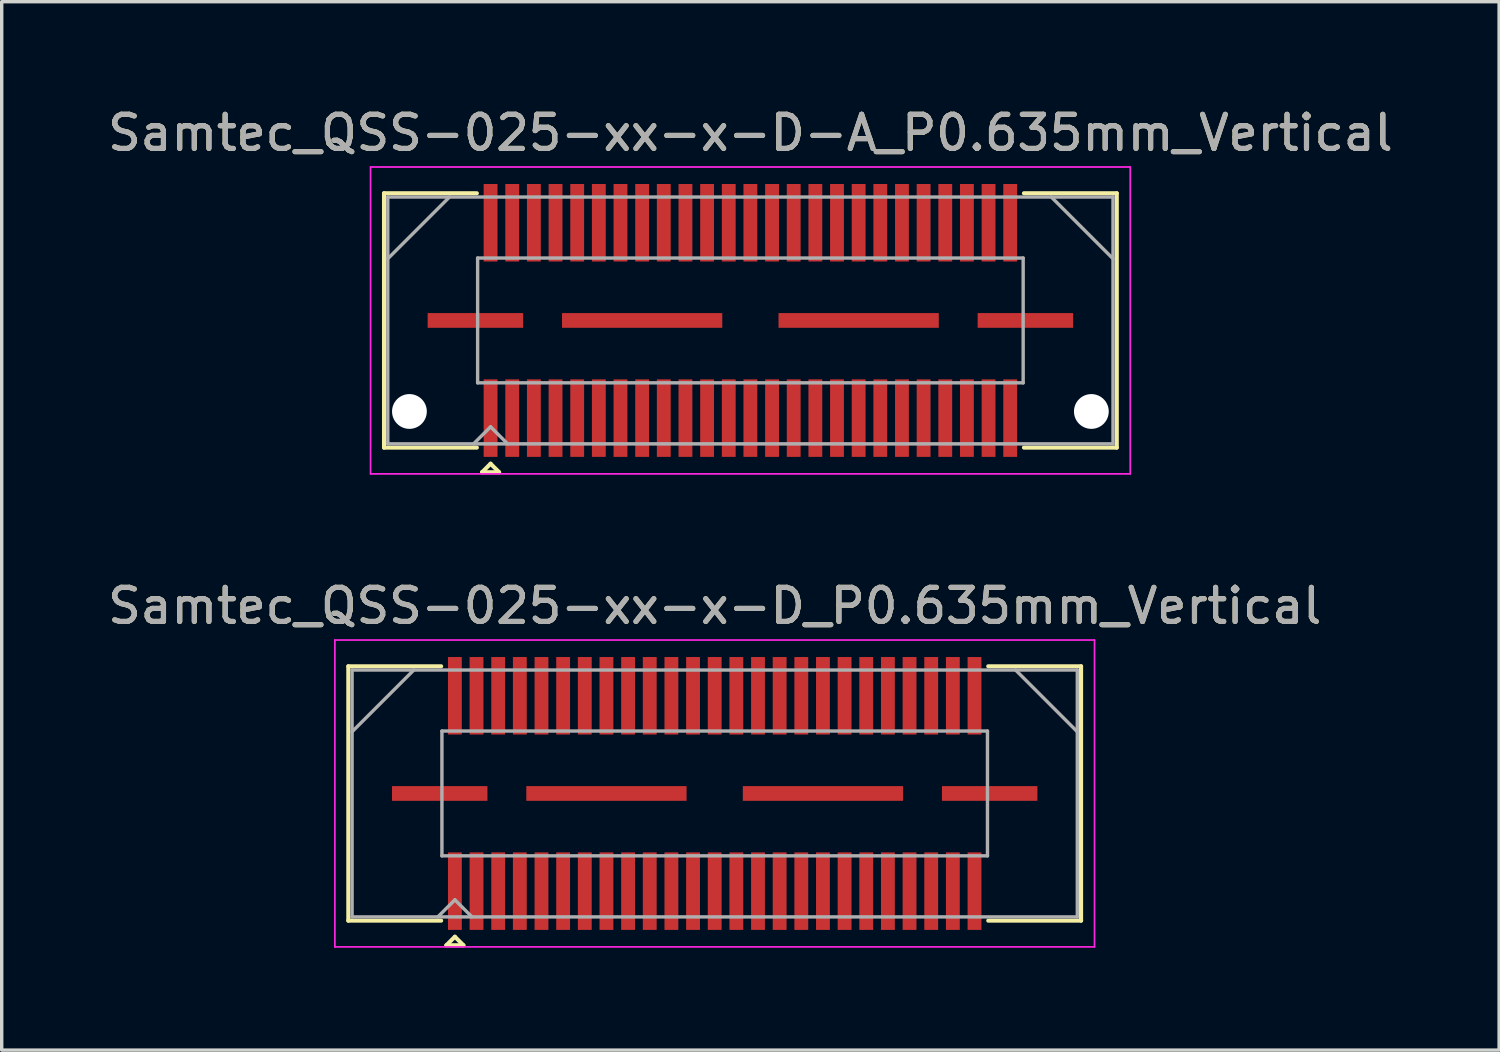
<source format=kicad_pcb>
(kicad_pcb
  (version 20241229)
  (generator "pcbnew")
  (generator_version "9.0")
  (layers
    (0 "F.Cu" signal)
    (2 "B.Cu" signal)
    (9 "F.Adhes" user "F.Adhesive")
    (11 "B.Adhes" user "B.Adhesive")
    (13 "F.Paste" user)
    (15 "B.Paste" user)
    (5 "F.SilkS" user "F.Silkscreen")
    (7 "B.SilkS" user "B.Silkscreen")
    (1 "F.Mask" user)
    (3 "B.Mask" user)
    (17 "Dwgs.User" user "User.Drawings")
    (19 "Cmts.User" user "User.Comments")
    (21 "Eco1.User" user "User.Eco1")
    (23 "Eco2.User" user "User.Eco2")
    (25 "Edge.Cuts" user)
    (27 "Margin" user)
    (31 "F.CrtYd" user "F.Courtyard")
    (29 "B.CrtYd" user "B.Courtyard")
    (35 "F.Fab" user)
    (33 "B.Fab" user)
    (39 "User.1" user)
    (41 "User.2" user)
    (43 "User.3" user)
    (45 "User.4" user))
  (footprint "Samtec_QSS-025-xx-x-D_P0.635mm_Vertical"
    (layer "F.Cu")
    (at 17.911 20.221)
    (property "Reference" "Samtec_QSS-025-xx-x-D_P0.635mm_Vertical" (at 0 -5.5 0) (layer "F.SilkS") (effects (font (size 1 1) (thickness 0.15))))
    (attr smd)
    (fp_line (start -10.745 -3.73) (end -8.023 -3.73) (stroke (width 0.12) (type solid)) (layer "F.SilkS"))
    (fp_line (start -10.745 3.73) (end -10.745 -3.73) (stroke (width 0.12) (type solid)) (layer "F.SilkS"))
    (fp_line (start -8.023 3.73) (end -10.745 3.73) (stroke (width 0.12) (type solid)) (layer "F.SilkS"))
    (fp_line (start -7.87 4.452) (end -7.62 4.202) (stroke (width 0.12) (type solid)) (layer "F.SilkS"))
    (fp_line (start -7.62 4.202) (end -7.37 4.452) (stroke (width 0.12) (type solid)) (layer "F.SilkS"))
    (fp_line (start -7.37 4.452) (end -7.87 4.452) (stroke (width 0.12) (type solid)) (layer "F.SilkS"))
    (fp_line (start 8.023 3.73) (end 10.745 3.73) (stroke (width 0.12) (type solid)) (layer "F.SilkS"))
    (fp_line (start 10.745 -3.73) (end 8.023 -3.73) (stroke (width 0.12) (type solid)) (layer "F.SilkS"))
    (fp_line (start 10.745 3.73) (end 10.745 -3.73) (stroke (width 0.12) (type solid)) (layer "F.SilkS"))
    (fp_line (start -11.14 -4.5) (end -11.14 4.5) (stroke (width 0.05) (type solid)) (layer "F.CrtYd"))
    (fp_line (start -11.14 4.5) (end 11.14 4.5) (stroke (width 0.05) (type solid)) (layer "F.CrtYd"))
    (fp_line (start 11.14 -4.5) (end -11.14 -4.5) (stroke (width 0.05) (type solid)) (layer "F.CrtYd"))
    (fp_line (start 11.14 4.5) (end 11.14 -4.5) (stroke (width 0.05) (type solid)) (layer "F.CrtYd"))
    (fp_line (start -10.635 -3.62) (end -10.635 3.62) (stroke (width 0.1) (type solid)) (layer "F.Fab"))
    (fp_line (start -10.635 -1.81) (end -8.825 -3.62) (stroke (width 0.1) (type solid)) (layer "F.Fab"))
    (fp_line (start -10.635 3.62) (end 10.635 3.62) (stroke (width 0.1) (type solid)) (layer "F.Fab"))
    (fp_line (start -8.12 3.62) (end -7.62 3.12) (stroke (width 0.1) (type solid)) (layer "F.Fab"))
    (fp_line (start -8 -1.83) (end -8 1.83) (stroke (width 0.1) (type solid)) (layer "F.Fab"))
    (fp_line (start -8 1.83) (end 8 1.83) (stroke (width 0.1) (type solid)) (layer "F.Fab"))
    (fp_line (start -7.62 3.12) (end -7.12 3.62) (stroke (width 0.1) (type solid)) (layer "F.Fab"))
    (fp_line (start 8 -1.83) (end -8 -1.83) (stroke (width 0.1) (type solid)) (layer "F.Fab"))
    (fp_line (start 8 1.83) (end 8 -1.83) (stroke (width 0.1) (type solid)) (layer "F.Fab"))
    (fp_line (start 10.635 -3.62) (end -10.635 -3.62) (stroke (width 0.1) (type solid)) (layer "F.Fab"))
    (fp_line (start 10.635 -1.81) (end 8.825 -3.62) (stroke (width 0.1) (type solid)) (layer "F.Fab"))
    (fp_line (start 10.635 3.62) (end 10.635 -3.62) (stroke (width 0.1) (type solid)) (layer "F.Fab"))
    (fp_text user "${REFERENCE}" (at 0 -5.5 0) (layer "F.Fab") (effects (font (size 1 1) (thickness 0.15))))
    (pad "1" smd rect (at -7.62 2.865) (size 0.406 2.273) (layers "F.Cu" "F.Mask" "F.Paste"))
    (pad "2" smd rect (at -7.62 -2.865) (size 0.406 2.273) (layers "F.Cu" "F.Mask" "F.Paste"))
    (pad "3" smd rect (at -6.985 2.865) (size 0.406 2.273) (layers "F.Cu" "F.Mask" "F.Paste"))
    (pad "4" smd rect (at -6.985 -2.865) (size 0.406 2.273) (layers "F.Cu" "F.Mask" "F.Paste"))
    (pad "5" smd rect (at -6.35 2.865) (size 0.406 2.273) (layers "F.Cu" "F.Mask" "F.Paste"))
    (pad "6" smd rect (at -6.35 -2.865) (size 0.406 2.273) (layers "F.Cu" "F.Mask" "F.Paste"))
    (pad "7" smd rect (at -5.715 2.865) (size 0.406 2.273) (layers "F.Cu" "F.Mask" "F.Paste"))
    (pad "8" smd rect (at -5.715 -2.865) (size 0.406 2.273) (layers "F.Cu" "F.Mask" "F.Paste"))
    (pad "9" smd rect (at -5.08 2.865) (size 0.406 2.273) (layers "F.Cu" "F.Mask" "F.Paste"))
    (pad "10" smd rect (at -5.08 -2.865) (size 0.406 2.273) (layers "F.Cu" "F.Mask" "F.Paste"))
    (pad "11" smd rect (at -4.445 2.865) (size 0.406 2.273) (layers "F.Cu" "F.Mask" "F.Paste"))
    (pad "12" smd rect (at -4.445 -2.865) (size 0.406 2.273) (layers "F.Cu" "F.Mask" "F.Paste"))
    (pad "13" smd rect (at -3.81 2.865) (size 0.406 2.273) (layers "F.Cu" "F.Mask" "F.Paste"))
    (pad "14" smd rect (at -3.81 -2.865) (size 0.406 2.273) (layers "F.Cu" "F.Mask" "F.Paste"))
    (pad "15" smd rect (at -3.175 2.865) (size 0.406 2.273) (layers "F.Cu" "F.Mask" "F.Paste"))
    (pad "16" smd rect (at -3.175 -2.865) (size 0.406 2.273) (layers "F.Cu" "F.Mask" "F.Paste"))
    (pad "17" smd rect (at -2.54 2.865) (size 0.406 2.273) (layers "F.Cu" "F.Mask" "F.Paste"))
    (pad "18" smd rect (at -2.54 -2.865) (size 0.406 2.273) (layers "F.Cu" "F.Mask" "F.Paste"))
    (pad "19" smd rect (at -1.905 2.865) (size 0.406 2.273) (layers "F.Cu" "F.Mask" "F.Paste"))
    (pad "20" smd rect (at -1.905 -2.865) (size 0.406 2.273) (layers "F.Cu" "F.Mask" "F.Paste"))
    (pad "21" smd rect (at -1.27 2.865) (size 0.406 2.273) (layers "F.Cu" "F.Mask" "F.Paste"))
    (pad "22" smd rect (at -1.27 -2.865) (size 0.406 2.273) (layers "F.Cu" "F.Mask" "F.Paste"))
    (pad "23" smd rect (at -0.635 2.865) (size 0.406 2.273) (layers "F.Cu" "F.Mask" "F.Paste"))
    (pad "24" smd rect (at -0.635 -2.865) (size 0.406 2.273) (layers "F.Cu" "F.Mask" "F.Paste"))
    (pad "25" smd rect (at 0 2.865) (size 0.406 2.273) (layers "F.Cu" "F.Mask" "F.Paste"))
    (pad "26" smd rect (at 0 -2.865) (size 0.406 2.273) (layers "F.Cu" "F.Mask" "F.Paste"))
    (pad "27" smd rect (at 0.635 2.865) (size 0.406 2.273) (layers "F.Cu" "F.Mask" "F.Paste"))
    (pad "28" smd rect (at 0.635 -2.865) (size 0.406 2.273) (layers "F.Cu" "F.Mask" "F.Paste"))
    (pad "29" smd rect (at 1.27 2.865) (size 0.406 2.273) (layers "F.Cu" "F.Mask" "F.Paste"))
    (pad "30" smd rect (at 1.27 -2.865) (size 0.406 2.273) (layers "F.Cu" "F.Mask" "F.Paste"))
    (pad "31" smd rect (at 1.905 2.865) (size 0.406 2.273) (layers "F.Cu" "F.Mask" "F.Paste"))
    (pad "32" smd rect (at 1.905 -2.865) (size 0.406 2.273) (layers "F.Cu" "F.Mask" "F.Paste"))
    (pad "33" smd rect (at 2.54 2.865) (size 0.406 2.273) (layers "F.Cu" "F.Mask" "F.Paste"))
    (pad "34" smd rect (at 2.54 -2.865) (size 0.406 2.273) (layers "F.Cu" "F.Mask" "F.Paste"))
    (pad "35" smd rect (at 3.175 2.865) (size 0.406 2.273) (layers "F.Cu" "F.Mask" "F.Paste"))
    (pad "36" smd rect (at 3.175 -2.865) (size 0.406 2.273) (layers "F.Cu" "F.Mask" "F.Paste"))
    (pad "37" smd rect (at 3.81 2.865) (size 0.406 2.273) (layers "F.Cu" "F.Mask" "F.Paste"))
    (pad "38" smd rect (at 3.81 -2.865) (size 0.406 2.273) (layers "F.Cu" "F.Mask" "F.Paste"))
    (pad "39" smd rect (at 4.445 2.865) (size 0.406 2.273) (layers "F.Cu" "F.Mask" "F.Paste"))
    (pad "40" smd rect (at 4.445 -2.865) (size 0.406 2.273) (layers "F.Cu" "F.Mask" "F.Paste"))
    (pad "41" smd rect (at 5.08 2.865) (size 0.406 2.273) (layers "F.Cu" "F.Mask" "F.Paste"))
    (pad "42" smd rect (at 5.08 -2.865) (size 0.406 2.273) (layers "F.Cu" "F.Mask" "F.Paste"))
    (pad "43" smd rect (at 5.715 2.865) (size 0.406 2.273) (layers "F.Cu" "F.Mask" "F.Paste"))
    (pad "44" smd rect (at 5.715 -2.865) (size 0.406 2.273) (layers "F.Cu" "F.Mask" "F.Paste"))
    (pad "45" smd rect (at 6.35 2.865) (size 0.406 2.273) (layers "F.Cu" "F.Mask" "F.Paste"))
    (pad "46" smd rect (at 6.35 -2.865) (size 0.406 2.273) (layers "F.Cu" "F.Mask" "F.Paste"))
    (pad "47" smd rect (at 6.985 2.865) (size 0.406 2.273) (layers "F.Cu" "F.Mask" "F.Paste"))
    (pad "48" smd rect (at 6.985 -2.865) (size 0.406 2.273) (layers "F.Cu" "F.Mask" "F.Paste"))
    (pad "49" smd rect (at 7.62 2.865) (size 0.406 2.273) (layers "F.Cu" "F.Mask" "F.Paste"))
    (pad "50" smd rect (at 7.62 -2.865) (size 0.406 2.273) (layers "F.Cu" "F.Mask" "F.Paste"))
    (pad "P1" smd rect (at -8.065 0) (size 2.8 0.432) (layers "F.Cu" "F.Mask" "F.Paste"))
    (pad "P1" smd rect (at -3.175 0) (size 4.7 0.432) (layers "F.Cu" "F.Mask" "F.Paste"))
    (pad "P1" smd rect (at 3.175 0) (size 4.7 0.432) (layers "F.Cu" "F.Mask" "F.Paste"))
    (pad "P1" smd rect (at 8.065 0) (size 2.8 0.432) (layers "F.Cu" "F.Mask" "F.Paste")))
  (footprint "Samtec_QSS-025-xx-x-D-A_P0.635mm_Vertical"
    (layer "F.Cu")
    (at 18.958 6.348)
    (property "Reference" "Samtec_QSS-025-xx-x-D-A_P0.635mm_Vertical" (at 0 -5.5 0) (layer "F.SilkS") (effects (font (size 1 1) (thickness 0.15))))
    (attr smd)
    (fp_line (start -10.745 -3.73) (end -8.023 -3.73) (stroke (width 0.12) (type solid)) (layer "F.SilkS"))
    (fp_line (start -10.745 3.73) (end -10.745 -3.73) (stroke (width 0.12) (type solid)) (layer "F.SilkS"))
    (fp_line (start -8.023 3.73) (end -10.745 3.73) (stroke (width 0.12) (type solid)) (layer "F.SilkS"))
    (fp_line (start -7.87 4.452) (end -7.62 4.202) (stroke (width 0.12) (type solid)) (layer "F.SilkS"))
    (fp_line (start -7.62 4.202) (end -7.37 4.452) (stroke (width 0.12) (type solid)) (layer "F.SilkS"))
    (fp_line (start -7.37 4.452) (end -7.87 4.452) (stroke (width 0.12) (type solid)) (layer "F.SilkS"))
    (fp_line (start 8.023 3.73) (end 10.745 3.73) (stroke (width 0.12) (type solid)) (layer "F.SilkS"))
    (fp_line (start 10.745 -3.73) (end 8.023 -3.73) (stroke (width 0.12) (type solid)) (layer "F.SilkS"))
    (fp_line (start 10.745 3.73) (end 10.745 -3.73) (stroke (width 0.12) (type solid)) (layer "F.SilkS"))
    (fp_line (start -11.14 -4.5) (end -11.14 4.5) (stroke (width 0.05) (type solid)) (layer "F.CrtYd"))
    (fp_line (start -11.14 4.5) (end 11.14 4.5) (stroke (width 0.05) (type solid)) (layer "F.CrtYd"))
    (fp_line (start 11.14 -4.5) (end -11.14 -4.5) (stroke (width 0.05) (type solid)) (layer "F.CrtYd"))
    (fp_line (start 11.14 4.5) (end 11.14 -4.5) (stroke (width 0.05) (type solid)) (layer "F.CrtYd"))
    (fp_line (start -10.635 -3.62) (end -10.635 3.62) (stroke (width 0.1) (type solid)) (layer "F.Fab"))
    (fp_line (start -10.635 -1.81) (end -8.825 -3.62) (stroke (width 0.1) (type solid)) (layer "F.Fab"))
    (fp_line (start -10.635 3.62) (end 10.635 3.62) (stroke (width 0.1) (type solid)) (layer "F.Fab"))
    (fp_line (start -8.12 3.62) (end -7.62 3.12) (stroke (width 0.1) (type solid)) (layer "F.Fab"))
    (fp_line (start -8 -1.83) (end -8 1.83) (stroke (width 0.1) (type solid)) (layer "F.Fab"))
    (fp_line (start -8 1.83) (end 8 1.83) (stroke (width 0.1) (type solid)) (layer "F.Fab"))
    (fp_line (start -7.62 3.12) (end -7.12 3.62) (stroke (width 0.1) (type solid)) (layer "F.Fab"))
    (fp_line (start 8 -1.83) (end -8 -1.83) (stroke (width 0.1) (type solid)) (layer "F.Fab"))
    (fp_line (start 8 1.83) (end 8 -1.83) (stroke (width 0.1) (type solid)) (layer "F.Fab"))
    (fp_line (start 10.635 -3.62) (end -10.635 -3.62) (stroke (width 0.1) (type solid)) (layer "F.Fab"))
    (fp_line (start 10.635 -1.81) (end 8.825 -3.62) (stroke (width 0.1) (type solid)) (layer "F.Fab"))
    (fp_line (start 10.635 3.62) (end 10.635 -3.62) (stroke (width 0.1) (type solid)) (layer "F.Fab"))
    (fp_text user "${REFERENCE}" (at 0 -5.5 0) (layer "F.Fab") (effects (font (size 1 1) (thickness 0.15))))
    (pad "" np_thru_hole circle (at -10 2.67) (size 1.02 1.02) (drill 1.02) (layers "*.Cu" "*.Mask"))
    (pad "" np_thru_hole circle (at 10 2.67) (size 1.02 1.02) (drill 1.02) (layers "*.Cu" "*.Mask"))
    (pad "1" smd rect (at -7.62 2.865) (size 0.406 2.273) (layers "F.Cu" "F.Mask" "F.Paste"))
    (pad "2" smd rect (at -7.62 -2.865) (size 0.406 2.273) (layers "F.Cu" "F.Mask" "F.Paste"))
    (pad "3" smd rect (at -6.985 2.865) (size 0.406 2.273) (layers "F.Cu" "F.Mask" "F.Paste"))
    (pad "4" smd rect (at -6.985 -2.865) (size 0.406 2.273) (layers "F.Cu" "F.Mask" "F.Paste"))
    (pad "5" smd rect (at -6.35 2.865) (size 0.406 2.273) (layers "F.Cu" "F.Mask" "F.Paste"))
    (pad "6" smd rect (at -6.35 -2.865) (size 0.406 2.273) (layers "F.Cu" "F.Mask" "F.Paste"))
    (pad "7" smd rect (at -5.715 2.865) (size 0.406 2.273) (layers "F.Cu" "F.Mask" "F.Paste"))
    (pad "8" smd rect (at -5.715 -2.865) (size 0.406 2.273) (layers "F.Cu" "F.Mask" "F.Paste"))
    (pad "9" smd rect (at -5.08 2.865) (size 0.406 2.273) (layers "F.Cu" "F.Mask" "F.Paste"))
    (pad "10" smd rect (at -5.08 -2.865) (size 0.406 2.273) (layers "F.Cu" "F.Mask" "F.Paste"))
    (pad "11" smd rect (at -4.445 2.865) (size 0.406 2.273) (layers "F.Cu" "F.Mask" "F.Paste"))
    (pad "12" smd rect (at -4.445 -2.865) (size 0.406 2.273) (layers "F.Cu" "F.Mask" "F.Paste"))
    (pad "13" smd rect (at -3.81 2.865) (size 0.406 2.273) (layers "F.Cu" "F.Mask" "F.Paste"))
    (pad "14" smd rect (at -3.81 -2.865) (size 0.406 2.273) (layers "F.Cu" "F.Mask" "F.Paste"))
    (pad "15" smd rect (at -3.175 2.865) (size 0.406 2.273) (layers "F.Cu" "F.Mask" "F.Paste"))
    (pad "16" smd rect (at -3.175 -2.865) (size 0.406 2.273) (layers "F.Cu" "F.Mask" "F.Paste"))
    (pad "17" smd rect (at -2.54 2.865) (size 0.406 2.273) (layers "F.Cu" "F.Mask" "F.Paste"))
    (pad "18" smd rect (at -2.54 -2.865) (size 0.406 2.273) (layers "F.Cu" "F.Mask" "F.Paste"))
    (pad "19" smd rect (at -1.905 2.865) (size 0.406 2.273) (layers "F.Cu" "F.Mask" "F.Paste"))
    (pad "20" smd rect (at -1.905 -2.865) (size 0.406 2.273) (layers "F.Cu" "F.Mask" "F.Paste"))
    (pad "21" smd rect (at -1.27 2.865) (size 0.406 2.273) (layers "F.Cu" "F.Mask" "F.Paste"))
    (pad "22" smd rect (at -1.27 -2.865) (size 0.406 2.273) (layers "F.Cu" "F.Mask" "F.Paste"))
    (pad "23" smd rect (at -0.635 2.865) (size 0.406 2.273) (layers "F.Cu" "F.Mask" "F.Paste"))
    (pad "24" smd rect (at -0.635 -2.865) (size 0.406 2.273) (layers "F.Cu" "F.Mask" "F.Paste"))
    (pad "25" smd rect (at 0 2.865) (size 0.406 2.273) (layers "F.Cu" "F.Mask" "F.Paste"))
    (pad "26" smd rect (at 0 -2.865) (size 0.406 2.273) (layers "F.Cu" "F.Mask" "F.Paste"))
    (pad "27" smd rect (at 0.635 2.865) (size 0.406 2.273) (layers "F.Cu" "F.Mask" "F.Paste"))
    (pad "28" smd rect (at 0.635 -2.865) (size 0.406 2.273) (layers "F.Cu" "F.Mask" "F.Paste"))
    (pad "29" smd rect (at 1.27 2.865) (size 0.406 2.273) (layers "F.Cu" "F.Mask" "F.Paste"))
    (pad "30" smd rect (at 1.27 -2.865) (size 0.406 2.273) (layers "F.Cu" "F.Mask" "F.Paste"))
    (pad "31" smd rect (at 1.905 2.865) (size 0.406 2.273) (layers "F.Cu" "F.Mask" "F.Paste"))
    (pad "32" smd rect (at 1.905 -2.865) (size 0.406 2.273) (layers "F.Cu" "F.Mask" "F.Paste"))
    (pad "33" smd rect (at 2.54 2.865) (size 0.406 2.273) (layers "F.Cu" "F.Mask" "F.Paste"))
    (pad "34" smd rect (at 2.54 -2.865) (size 0.406 2.273) (layers "F.Cu" "F.Mask" "F.Paste"))
    (pad "35" smd rect (at 3.175 2.865) (size 0.406 2.273) (layers "F.Cu" "F.Mask" "F.Paste"))
    (pad "36" smd rect (at 3.175 -2.865) (size 0.406 2.273) (layers "F.Cu" "F.Mask" "F.Paste"))
    (pad "37" smd rect (at 3.81 2.865) (size 0.406 2.273) (layers "F.Cu" "F.Mask" "F.Paste"))
    (pad "38" smd rect (at 3.81 -2.865) (size 0.406 2.273) (layers "F.Cu" "F.Mask" "F.Paste"))
    (pad "39" smd rect (at 4.445 2.865) (size 0.406 2.273) (layers "F.Cu" "F.Mask" "F.Paste"))
    (pad "40" smd rect (at 4.445 -2.865) (size 0.406 2.273) (layers "F.Cu" "F.Mask" "F.Paste"))
    (pad "41" smd rect (at 5.08 2.865) (size 0.406 2.273) (layers "F.Cu" "F.Mask" "F.Paste"))
    (pad "42" smd rect (at 5.08 -2.865) (size 0.406 2.273) (layers "F.Cu" "F.Mask" "F.Paste"))
    (pad "43" smd rect (at 5.715 2.865) (size 0.406 2.273) (layers "F.Cu" "F.Mask" "F.Paste"))
    (pad "44" smd rect (at 5.715 -2.865) (size 0.406 2.273) (layers "F.Cu" "F.Mask" "F.Paste"))
    (pad "45" smd rect (at 6.35 2.865) (size 0.406 2.273) (layers "F.Cu" "F.Mask" "F.Paste"))
    (pad "46" smd rect (at 6.35 -2.865) (size 0.406 2.273) (layers "F.Cu" "F.Mask" "F.Paste"))
    (pad "47" smd rect (at 6.985 2.865) (size 0.406 2.273) (layers "F.Cu" "F.Mask" "F.Paste"))
    (pad "48" smd rect (at 6.985 -2.865) (size 0.406 2.273) (layers "F.Cu" "F.Mask" "F.Paste"))
    (pad "49" smd rect (at 7.62 2.865) (size 0.406 2.273) (layers "F.Cu" "F.Mask" "F.Paste"))
    (pad "50" smd rect (at 7.62 -2.865) (size 0.406 2.273) (layers "F.Cu" "F.Mask" "F.Paste"))
    (pad "51" smd rect (at -8.065 0) (size 2.8 0.432) (layers "F.Cu" "F.Mask" "F.Paste"))
    (pad "52" smd rect (at -3.175 0) (size 4.7 0.432) (layers "F.Cu" "F.Mask" "F.Paste"))
    (pad "53" smd rect (at 3.175 0) (size 4.7 0.432) (layers "F.Cu" "F.Mask" "F.Paste"))
    (pad "54" smd rect (at 8.065 0) (size 2.8 0.432) (layers "F.Cu" "F.Mask" "F.Paste")))
  (gr_rect
    (start -3 -3)
    (end 40.917 27.747)
    (stroke (width 0.1) (type default))
    (fill no)
    (layer "Edge.Cuts")))
</source>
